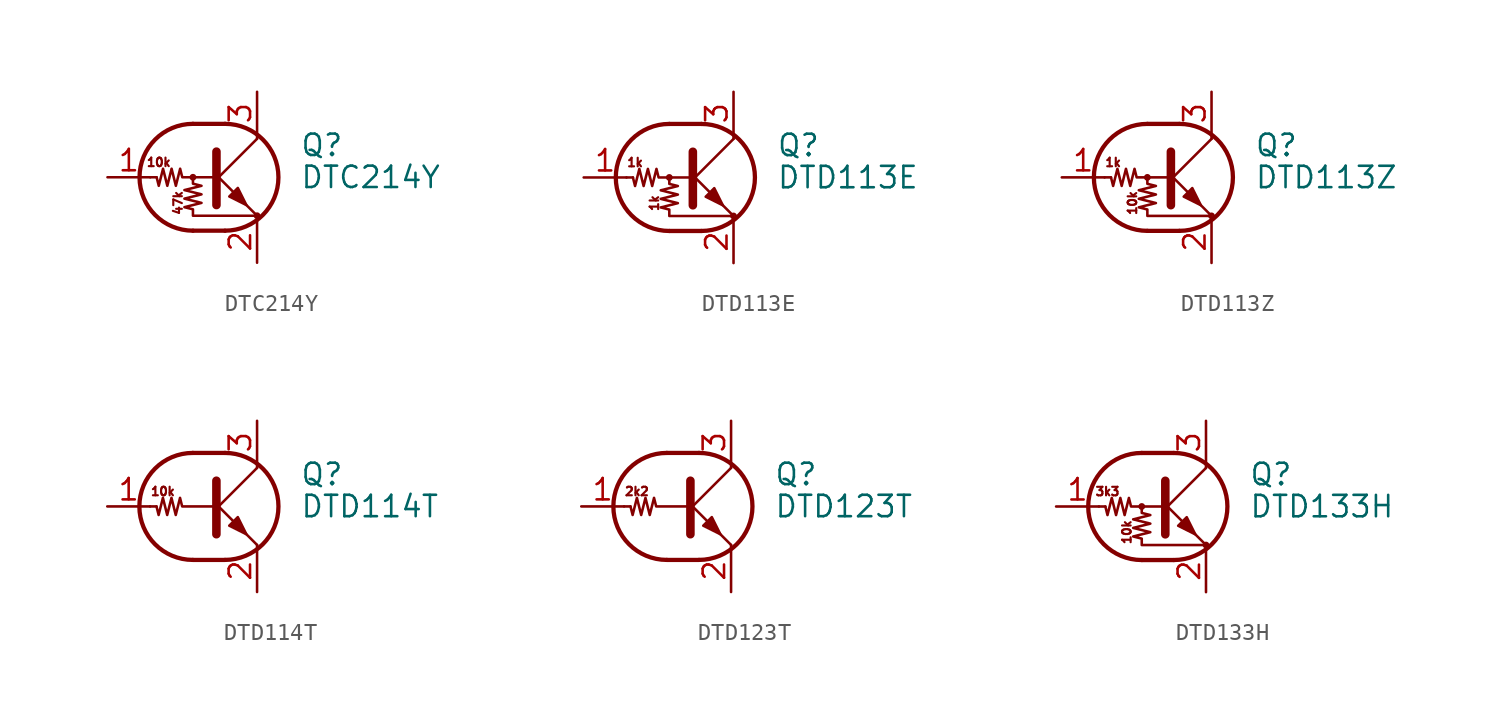
<source format=kicad_sym>
(kicad_symbol_lib
  (version 20241209)
  (generator "kicad_symbol_editor")
  (generator_version "9.0")
  (symbol "DTC214Y"
    (pin_names
      (offset 0)
      (hide yes))
    (property "Reference" "Q"
      (at 5.08 1.905 0)
      (effects (font (size 1.27 1.27)) (justify left)))
    (property "Value" "DTC214Y"
      (at 5.08 0 0)
      (effects (font (size 1.27 1.27)) (justify left)))
    (symbol "DTC214Y_0_0"
      (text "10k" (at -3.302 0.889 0) (effects (font (size 0.508 0.508))))
      (text "47k" (at -2.159 -1.524 900) (effects (font (size 0.508 0.508)))))
    (symbol "DTC214Y_0_1"
      (polyline (pts (xy -3.429 0) (xy -3.81 0)) (stroke (width 0) (type default)) (fill (type none)))
      (polyline (pts (xy -1.27 3.175) (xy 0.635 3.175)) (stroke (width 0.254) (type default)) (fill (type none)))
      (circle (center -1.27 0) (radius 0.127) (stroke (width 0) (type default)) (fill (type none)))
      (polyline (pts (xy -1.27 0) (xy -1.27 -0.381) (xy -0.762 -0.508) (xy -1.778 -0.762) (xy -0.762 -1.016) (xy -1.778 -1.27) (xy -0.762 -1.524) (xy -1.778 -1.778) (xy -1.27 -1.905) (xy -1.27 -2.286) (xy 2.54 -2.286)) (stroke (width 0) (type default)) (fill (type none)))
      (polyline (pts (xy -1.27 -3.175) (xy 0.635 -3.175)) (stroke (width 0.254) (type default)) (fill (type none)))
      (arc (start -1.27 -3.175) (mid -4.4312 0) (end -1.27 3.175) (stroke (width 0.254) (type default)) (fill (type none)))
      (polyline (pts (xy 0 0) (xy -1.905 0) (xy -2.032 0.508) (xy -2.286 -0.508) (xy -2.54 0.508) (xy -2.794 -0.508) (xy -3.048 0.508) (xy -3.302 -0.508) (xy -3.429 0)) (stroke (width 0) (type default)) (fill (type none)))
      (polyline (pts (xy 0 -0.254) (xy 2.54 2.286)) (stroke (width 0) (type default)) (fill (type none)))
      (polyline (pts (xy 0.127 1.524) (xy 0.127 -1.651)) (stroke (width 0.508) (type default)) (fill (type outline)))
      (arc (start 0.635 3.175) (mid 3.7962 0) (end 0.635 -3.175) (stroke (width 0.254) (type default)) (fill (type none)))
      (polyline (pts (xy 0.889 -1.143) (xy 1.397 -0.635) (xy 1.905 -1.651) (xy 0.889 -1.143)) (stroke (width 0) (type default)) (fill (type outline)))
      (polyline (pts (xy 2.54 2.286) (xy 2.54 2.54)) (stroke (width 0) (type default)) (fill (type none)))
      (polyline (pts (xy 2.54 -2.286) (xy 0 0.254) (xy 0 0.254)) (stroke (width 0) (type default)) (fill (type none)))
      (circle (center 2.54 -2.286) (radius 0.127) (stroke (width 0) (type default)) (fill (type none))))
    (symbol "DTC214Y_1_1"
      (pin input line (at -6.35 0 0) (length 2.54) (name "B" (effects (font (size 1.27 1.27)))) (number "1" (effects (font (size 1.27 1.27)))))
      (pin passive line (at 2.54 5.08 270) (length 2.54) (name "C" (effects (font (size 1.27 1.27)))) (number "3" (effects (font (size 1.27 1.27)))))
      (pin passive line (at 2.54 -5.08 90) (length 2.54) (name "E" (effects (font (size 1.27 1.27)))) (number "2" (effects (font (size 1.27 1.27)))))))
  (symbol "DTD113E"
    (pin_names
      (offset 0)
      (hide yes))
    (property "Reference" "Q"
      (at 5.08 1.905 0)
      (effects (font (size 1.27 1.27)) (justify left)))
    (property "Value" "DTD113E"
      (at 5.08 0 0)
      (effects (font (size 1.27 1.27)) (justify left)))
    (symbol "DTD113E_0_0"
      (text "1k" (at -3.302 0.889 0) (effects (font (size 0.508 0.508))))
      (text "1k" (at -2.159 -1.524 900) (effects (font (size 0.508 0.508)))))
    (symbol "DTD113E_0_1"
      (polyline (pts (xy -3.429 0) (xy -3.81 0)) (stroke (width 0) (type default)) (fill (type none)))
      (polyline (pts (xy -1.27 3.175) (xy 0.635 3.175)) (stroke (width 0.254) (type default)) (fill (type none)))
      (circle (center -1.27 0) (radius 0.127) (stroke (width 0) (type default)) (fill (type none)))
      (polyline (pts (xy -1.27 0) (xy -1.27 -0.381) (xy -0.762 -0.508) (xy -1.778 -0.762) (xy -0.762 -1.016) (xy -1.778 -1.27) (xy -0.762 -1.524) (xy -1.778 -1.778) (xy -1.27 -1.905) (xy -1.27 -2.286) (xy 2.54 -2.286)) (stroke (width 0) (type default)) (fill (type none)))
      (polyline (pts (xy -1.27 -3.175) (xy 0.635 -3.175)) (stroke (width 0.254) (type default)) (fill (type none)))
      (arc (start -1.27 -3.175) (mid -4.4312 0) (end -1.27 3.175) (stroke (width 0.254) (type default)) (fill (type none)))
      (polyline (pts (xy 0 0) (xy -1.905 0) (xy -2.032 0.508) (xy -2.286 -0.508) (xy -2.54 0.508) (xy -2.794 -0.508) (xy -3.048 0.508) (xy -3.302 -0.508) (xy -3.429 0)) (stroke (width 0) (type default)) (fill (type none)))
      (polyline (pts (xy 0 -0.254) (xy 2.54 2.286)) (stroke (width 0) (type default)) (fill (type none)))
      (polyline (pts (xy 0.127 1.524) (xy 0.127 -1.651)) (stroke (width 0.508) (type default)) (fill (type outline)))
      (arc (start 0.635 3.175) (mid 3.7962 0) (end 0.635 -3.175) (stroke (width 0.254) (type default)) (fill (type none)))
      (polyline (pts (xy 0.889 -1.143) (xy 1.397 -0.635) (xy 1.905 -1.651) (xy 0.889 -1.143)) (stroke (width 0) (type default)) (fill (type outline)))
      (polyline (pts (xy 2.54 2.286) (xy 2.54 2.54)) (stroke (width 0) (type default)) (fill (type none)))
      (polyline (pts (xy 2.54 -2.286) (xy 0 0.254) (xy 0 0.254)) (stroke (width 0) (type default)) (fill (type none)))
      (circle (center 2.54 -2.286) (radius 0.127) (stroke (width 0) (type default)) (fill (type none))))
    (symbol "DTD113E_1_1"
      (pin input line (at -6.35 0 0) (length 2.54) (name "B" (effects (font (size 1.27 1.27)))) (number "1" (effects (font (size 1.27 1.27)))))
      (pin passive line (at 2.54 5.08 270) (length 2.54) (name "C" (effects (font (size 1.27 1.27)))) (number "3" (effects (font (size 1.27 1.27)))))
      (pin passive line (at 2.54 -5.08 90) (length 2.54) (name "E" (effects (font (size 1.27 1.27)))) (number "2" (effects (font (size 1.27 1.27)))))))
  (symbol "DTD113Z"
    (pin_names
      (offset 0)
      (hide yes))
    (property "Reference" "Q"
      (at 5.08 1.905 0)
      (effects (font (size 1.27 1.27)) (justify left)))
    (property "Value" "DTD113Z"
      (at 5.08 0 0)
      (effects (font (size 1.27 1.27)) (justify left)))
    (symbol "DTD113Z_0_0"
      (text "1k" (at -3.302 0.889 0) (effects (font (size 0.508 0.508))))
      (text "10k" (at -2.159 -1.524 900) (effects (font (size 0.508 0.508)))))
    (symbol "DTD113Z_0_1"
      (polyline (pts (xy -3.429 0) (xy -3.81 0)) (stroke (width 0) (type default)) (fill (type none)))
      (polyline (pts (xy -1.27 3.175) (xy 0.635 3.175)) (stroke (width 0.254) (type default)) (fill (type none)))
      (circle (center -1.27 0) (radius 0.127) (stroke (width 0) (type default)) (fill (type none)))
      (polyline (pts (xy -1.27 0) (xy -1.27 -0.381) (xy -0.762 -0.508) (xy -1.778 -0.762) (xy -0.762 -1.016) (xy -1.778 -1.27) (xy -0.762 -1.524) (xy -1.778 -1.778) (xy -1.27 -1.905) (xy -1.27 -2.286) (xy 2.54 -2.286)) (stroke (width 0) (type default)) (fill (type none)))
      (polyline (pts (xy -1.27 -3.175) (xy 0.635 -3.175)) (stroke (width 0.254) (type default)) (fill (type none)))
      (arc (start -1.27 -3.175) (mid -4.4312 0) (end -1.27 3.175) (stroke (width 0.254) (type default)) (fill (type none)))
      (polyline (pts (xy 0 0) (xy -1.905 0) (xy -2.032 0.508) (xy -2.286 -0.508) (xy -2.54 0.508) (xy -2.794 -0.508) (xy -3.048 0.508) (xy -3.302 -0.508) (xy -3.429 0)) (stroke (width 0) (type default)) (fill (type none)))
      (polyline (pts (xy 0 -0.254) (xy 2.54 2.286)) (stroke (width 0) (type default)) (fill (type none)))
      (polyline (pts (xy 0.127 1.524) (xy 0.127 -1.651)) (stroke (width 0.508) (type default)) (fill (type outline)))
      (arc (start 0.635 3.175) (mid 3.7962 0) (end 0.635 -3.175) (stroke (width 0.254) (type default)) (fill (type none)))
      (polyline (pts (xy 0.889 -1.143) (xy 1.397 -0.635) (xy 1.905 -1.651) (xy 0.889 -1.143)) (stroke (width 0) (type default)) (fill (type outline)))
      (polyline (pts (xy 2.54 2.286) (xy 2.54 2.54)) (stroke (width 0) (type default)) (fill (type none)))
      (polyline (pts (xy 2.54 -2.286) (xy 0 0.254) (xy 0 0.254)) (stroke (width 0) (type default)) (fill (type none)))
      (circle (center 2.54 -2.286) (radius 0.127) (stroke (width 0) (type default)) (fill (type none))))
    (symbol "DTD113Z_1_1"
      (pin input line (at -6.35 0 0) (length 2.54) (name "B" (effects (font (size 1.27 1.27)))) (number "1" (effects (font (size 1.27 1.27)))))
      (pin passive line (at 2.54 5.08 270) (length 2.54) (name "C" (effects (font (size 1.27 1.27)))) (number "3" (effects (font (size 1.27 1.27)))))
      (pin passive line (at 2.54 -5.08 90) (length 2.54) (name "E" (effects (font (size 1.27 1.27)))) (number "2" (effects (font (size 1.27 1.27)))))))
  (symbol "DTD114T"
    (pin_names
      (offset 0)
      (hide yes))
    (property "Reference" "Q"
      (at 5.08 1.905 0)
      (effects (font (size 1.27 1.27)) (justify left)))
    (property "Value" "DTD114T"
      (at 5.08 0 0)
      (effects (font (size 1.27 1.27)) (justify left)))
    (symbol "DTD114T_0_0"
      (polyline (pts (xy 2.54 -2.286) (xy 2.54 -2.54)) (stroke (width 0) (type default)) (fill (type none)))
      (text "10k" (at -3.048 0.889 0) (effects (font (size 0.508 0.508)))))
    (symbol "DTD114T_0_1"
      (polyline (pts (xy -3.429 0) (xy -3.81 0)) (stroke (width 0) (type default)) (fill (type none)))
      (polyline (pts (xy -1.27 3.175) (xy 0.635 3.175)) (stroke (width 0.254) (type default)) (fill (type none)))
      (polyline (pts (xy -1.27 -3.175) (xy 0.635 -3.175)) (stroke (width 0.254) (type default)) (fill (type none)))
      (arc (start -1.27 -3.175) (mid -4.4312 0) (end -1.27 3.175) (stroke (width 0.254) (type default)) (fill (type none)))
      (polyline (pts (xy 0 0) (xy -1.905 0) (xy -2.032 0.508) (xy -2.286 -0.508) (xy -2.54 0.508) (xy -2.794 -0.508) (xy -3.048 0.508) (xy -3.302 -0.508) (xy -3.429 0)) (stroke (width 0) (type default)) (fill (type none)))
      (polyline (pts (xy 0 -0.254) (xy 2.54 2.286)) (stroke (width 0) (type default)) (fill (type none)))
      (polyline (pts (xy 0.127 1.524) (xy 0.127 -1.651)) (stroke (width 0.508) (type default)) (fill (type outline)))
      (arc (start 0.635 3.175) (mid 3.7962 0) (end 0.635 -3.175) (stroke (width 0.254) (type default)) (fill (type none)))
      (polyline (pts (xy 0.889 -1.143) (xy 1.397 -0.635) (xy 1.905 -1.651) (xy 0.889 -1.143)) (stroke (width 0) (type default)) (fill (type outline)))
      (polyline (pts (xy 2.54 2.286) (xy 2.54 2.54)) (stroke (width 0) (type default)) (fill (type none)))
      (polyline (pts (xy 2.54 -2.286) (xy 0 0.254) (xy 0 0.254)) (stroke (width 0) (type default)) (fill (type none))))
    (symbol "DTD114T_1_1"
      (pin input line (at -6.35 0 0) (length 2.54) (name "B" (effects (font (size 1.27 1.27)))) (number "1" (effects (font (size 1.27 1.27)))))
      (pin passive line (at 2.54 5.08 270) (length 2.54) (name "C" (effects (font (size 1.27 1.27)))) (number "3" (effects (font (size 1.27 1.27)))))
      (pin passive line (at 2.54 -5.08 90) (length 2.54) (name "E" (effects (font (size 1.27 1.27)))) (number "2" (effects (font (size 1.27 1.27)))))))
  (symbol "DTD123T"
    (pin_names
      (offset 0)
      (hide yes))
    (property "Reference" "Q"
      (at 5.08 1.905 0)
      (effects (font (size 1.27 1.27)) (justify left)))
    (property "Value" "DTD123T"
      (at 5.08 0 0)
      (effects (font (size 1.27 1.27)) (justify left)))
    (symbol "DTD123T_0_0"
      (polyline (pts (xy 2.54 -2.286) (xy 2.54 -2.54)) (stroke (width 0) (type default)) (fill (type none)))
      (text "2k2" (at -3.048 0.889 0) (effects (font (size 0.508 0.508)))))
    (symbol "DTD123T_0_1"
      (polyline (pts (xy -3.429 0) (xy -3.81 0)) (stroke (width 0) (type default)) (fill (type none)))
      (polyline (pts (xy -1.27 3.175) (xy 0.635 3.175)) (stroke (width 0.254) (type default)) (fill (type none)))
      (polyline (pts (xy -1.27 -3.175) (xy 0.635 -3.175)) (stroke (width 0.254) (type default)) (fill (type none)))
      (arc (start -1.27 -3.175) (mid -4.4312 0) (end -1.27 3.175) (stroke (width 0.254) (type default)) (fill (type none)))
      (polyline (pts (xy 0 0) (xy -1.905 0) (xy -2.032 0.508) (xy -2.286 -0.508) (xy -2.54 0.508) (xy -2.794 -0.508) (xy -3.048 0.508) (xy -3.302 -0.508) (xy -3.429 0)) (stroke (width 0) (type default)) (fill (type none)))
      (polyline (pts (xy 0 -0.254) (xy 2.54 2.286)) (stroke (width 0) (type default)) (fill (type none)))
      (polyline (pts (xy 0.127 1.524) (xy 0.127 -1.651)) (stroke (width 0.508) (type default)) (fill (type outline)))
      (arc (start 0.635 3.175) (mid 3.7962 0) (end 0.635 -3.175) (stroke (width 0.254) (type default)) (fill (type none)))
      (polyline (pts (xy 0.889 -1.143) (xy 1.397 -0.635) (xy 1.905 -1.651) (xy 0.889 -1.143)) (stroke (width 0) (type default)) (fill (type outline)))
      (polyline (pts (xy 2.54 2.286) (xy 2.54 2.54)) (stroke (width 0) (type default)) (fill (type none)))
      (polyline (pts (xy 2.54 -2.286) (xy 0 0.254) (xy 0 0.254)) (stroke (width 0) (type default)) (fill (type none))))
    (symbol "DTD123T_1_1"
      (pin input line (at -6.35 0 0) (length 2.54) (name "B" (effects (font (size 1.27 1.27)))) (number "1" (effects (font (size 1.27 1.27)))))
      (pin passive line (at 2.54 5.08 270) (length 2.54) (name "C" (effects (font (size 1.27 1.27)))) (number "3" (effects (font (size 1.27 1.27)))))
      (pin passive line (at 2.54 -5.08 90) (length 2.54) (name "E" (effects (font (size 1.27 1.27)))) (number "2" (effects (font (size 1.27 1.27)))))))
  (symbol "DTD133H"
    (pin_names
      (offset 0)
      (hide yes))
    (property "Reference" "Q"
      (at 5.08 1.905 0)
      (effects (font (size 1.27 1.27)) (justify left)))
    (property "Value" "DTD133H"
      (at 5.08 0 0)
      (effects (font (size 1.27 1.27)) (justify left)))
    (symbol "DTD133H_0_0"
      (text "3k3" (at -3.302 0.889 0) (effects (font (size 0.508 0.508))))
      (text "10k" (at -2.159 -1.524 900) (effects (font (size 0.508 0.508)))))
    (symbol "DTD133H_0_1"
      (polyline (pts (xy -3.429 0) (xy -3.81 0)) (stroke (width 0) (type default)) (fill (type none)))
      (polyline (pts (xy -1.27 3.175) (xy 0.635 3.175)) (stroke (width 0.254) (type default)) (fill (type none)))
      (circle (center -1.27 0) (radius 0.127) (stroke (width 0) (type default)) (fill (type none)))
      (polyline (pts (xy -1.27 0) (xy -1.27 -0.381) (xy -0.762 -0.508) (xy -1.778 -0.762) (xy -0.762 -1.016) (xy -1.778 -1.27) (xy -0.762 -1.524) (xy -1.778 -1.778) (xy -1.27 -1.905) (xy -1.27 -2.286) (xy 2.54 -2.286)) (stroke (width 0) (type default)) (fill (type none)))
      (polyline (pts (xy -1.27 -3.175) (xy 0.635 -3.175)) (stroke (width 0.254) (type default)) (fill (type none)))
      (arc (start -1.27 -3.175) (mid -4.4312 0) (end -1.27 3.175) (stroke (width 0.254) (type default)) (fill (type none)))
      (polyline (pts (xy 0 0) (xy -1.905 0) (xy -2.032 0.508) (xy -2.286 -0.508) (xy -2.54 0.508) (xy -2.794 -0.508) (xy -3.048 0.508) (xy -3.302 -0.508) (xy -3.429 0)) (stroke (width 0) (type default)) (fill (type none)))
      (polyline (pts (xy 0 -0.254) (xy 2.54 2.286)) (stroke (width 0) (type default)) (fill (type none)))
      (polyline (pts (xy 0.127 1.524) (xy 0.127 -1.651)) (stroke (width 0.508) (type default)) (fill (type outline)))
      (arc (start 0.635 3.175) (mid 3.7962 0) (end 0.635 -3.175) (stroke (width 0.254) (type default)) (fill (type none)))
      (polyline (pts (xy 0.889 -1.143) (xy 1.397 -0.635) (xy 1.905 -1.651) (xy 0.889 -1.143)) (stroke (width 0) (type default)) (fill (type outline)))
      (polyline (pts (xy 2.54 2.286) (xy 2.54 2.54)) (stroke (width 0) (type default)) (fill (type none)))
      (polyline (pts (xy 2.54 -2.286) (xy 0 0.254) (xy 0 0.254)) (stroke (width 0) (type default)) (fill (type none)))
      (circle (center 2.54 -2.286) (radius 0.127) (stroke (width 0) (type default)) (fill (type none))))
    (symbol "DTD133H_1_1"
      (pin input line (at -6.35 0 0) (length 2.54) (name "B" (effects (font (size 1.27 1.27)))) (number "1" (effects (font (size 1.27 1.27)))))
      (pin passive line (at 2.54 5.08 270) (length 2.54) (name "C" (effects (font (size 1.27 1.27)))) (number "3" (effects (font (size 1.27 1.27)))))
      (pin passive line (at 2.54 -5.08 90) (length 2.54) (name "E" (effects (font (size 1.27 1.27)))) (number "2" (effects (font (size 1.27 1.27))))))))
</source>
